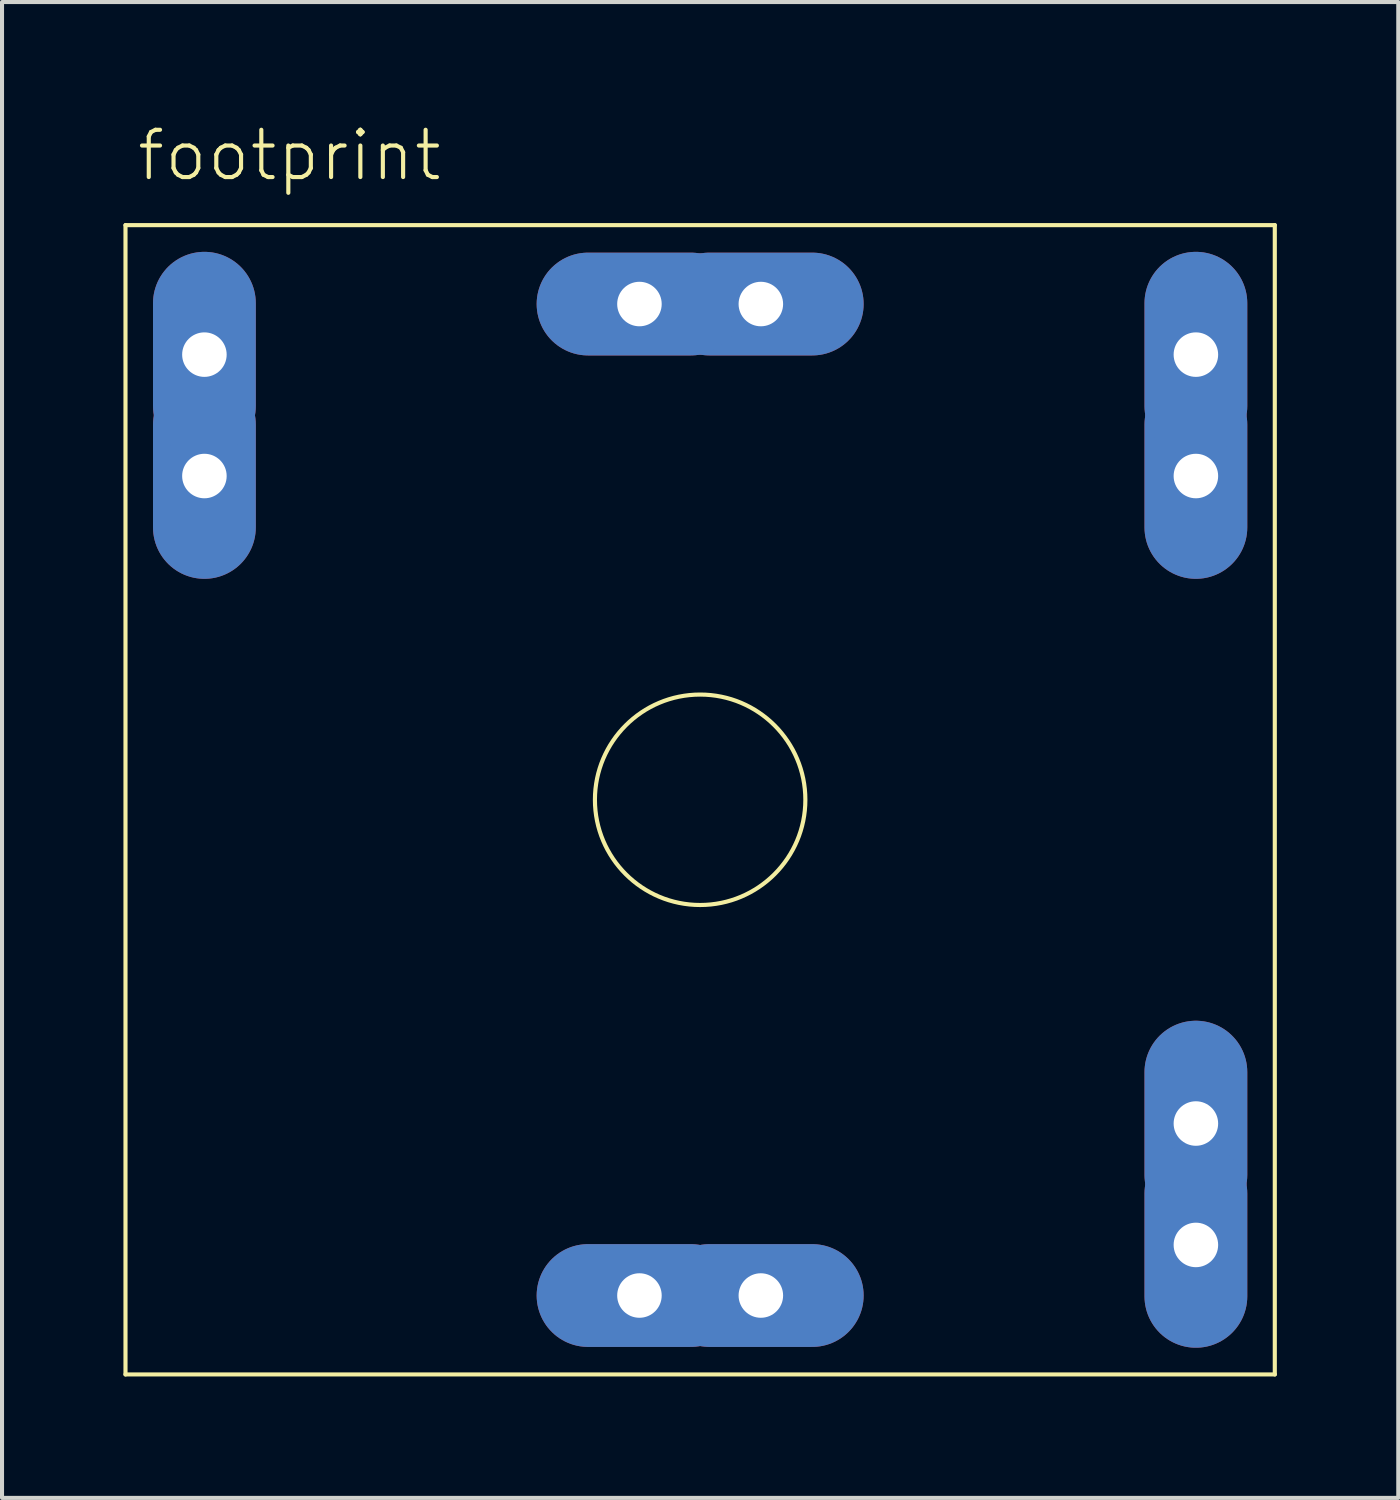
<source format=kicad_pcb>
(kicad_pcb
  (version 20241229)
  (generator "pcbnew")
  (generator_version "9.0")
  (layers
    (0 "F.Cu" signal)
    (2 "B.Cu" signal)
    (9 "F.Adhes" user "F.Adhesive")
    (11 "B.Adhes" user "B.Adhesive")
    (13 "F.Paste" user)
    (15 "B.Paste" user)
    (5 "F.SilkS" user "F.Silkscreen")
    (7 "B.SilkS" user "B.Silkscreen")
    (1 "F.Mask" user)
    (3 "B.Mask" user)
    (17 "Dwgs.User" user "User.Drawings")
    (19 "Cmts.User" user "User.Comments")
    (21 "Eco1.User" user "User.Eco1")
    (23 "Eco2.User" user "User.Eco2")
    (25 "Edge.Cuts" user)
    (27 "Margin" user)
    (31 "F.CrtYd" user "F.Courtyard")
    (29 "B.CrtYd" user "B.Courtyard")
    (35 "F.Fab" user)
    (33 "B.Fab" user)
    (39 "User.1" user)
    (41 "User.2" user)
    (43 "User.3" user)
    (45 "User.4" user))
  (footprint "footprint"
    (layer "F.Cu")
    (at 14.251 16.713)
    (property "Reference" "footprint" (at -13.97 -15.24 0) (layer "F.SilkS") (effects (font (size 1.168 1.168) (thickness 0.102)) (justify left bottom)))
    (fp_line (start -14.2 -14.2) (end 14.2 -14.2) (stroke (width 0.102) (type solid)) (layer "F.SilkS"))
    (fp_line (start -14.2 14.2) (end -14.2 -14.2) (stroke (width 0.102) (type solid)) (layer "F.SilkS"))
    (fp_line (start 14.2 -14.2) (end 14.2 14.2) (stroke (width 0.102) (type solid)) (layer "F.SilkS"))
    (fp_line (start 14.2 14.2) (end -14.2 14.2) (stroke (width 0.102) (type solid)) (layer "F.SilkS"))
    (fp_circle (center 0 0) (end 2.6 0) (stroke (width 0.102) (type solid)) (fill no) (layer "F.SilkS"))
    (pad "+@1" thru_hole oval (at 1.5 -12.25) (size 5.08 2.54) (drill 1.1) (layers "*.Cu" "*.Mask"))
    (pad "+@2" thru_hole oval (at -1.5 -12.25) (size 5.08 2.54) (drill 1.1) (layers "*.Cu" "*.Mask"))
    (pad "-@1" thru_hole oval (at 1.5 12.25 180) (size 5.08 2.54) (drill 1.1) (layers "*.Cu" "*.Mask"))
    (pad "-@2" thru_hole oval (at -1.5 12.25 180) (size 5.08 2.54) (drill 1.1) (layers "*.Cu" "*.Mask"))
    (pad "~1@1" thru_hole oval (at 12.25 8 90) (size 5.08 2.54) (drill 1.1) (layers "*.Cu" "*.Mask"))
    (pad "~1@2" thru_hole oval (at 12.25 11 90) (size 5.08 2.54) (drill 1.1) (layers "*.Cu" "*.Mask"))
    (pad "~2@1" thru_hole oval (at 12.25 -8 90) (size 5.08 2.54) (drill 1.1) (layers "*.Cu" "*.Mask"))
    (pad "~2@2" thru_hole oval (at 12.25 -11 90) (size 5.08 2.54) (drill 1.1) (layers "*.Cu" "*.Mask"))
    (pad "~3@1" thru_hole oval (at -12.25 -8 90) (size 5.08 2.54) (drill 1.1) (layers "*.Cu" "*.Mask"))
    (pad "~3@2" thru_hole oval (at -12.25 -11 90) (size 5.08 2.54) (drill 1.1) (layers "*.Cu" "*.Mask")))
  (gr_rect
    (start -3 -3)
    (end 31.502 33.964)
    (stroke (width 0.1) (type default))
    (fill no)
    (layer "Edge.Cuts")))
</source>
